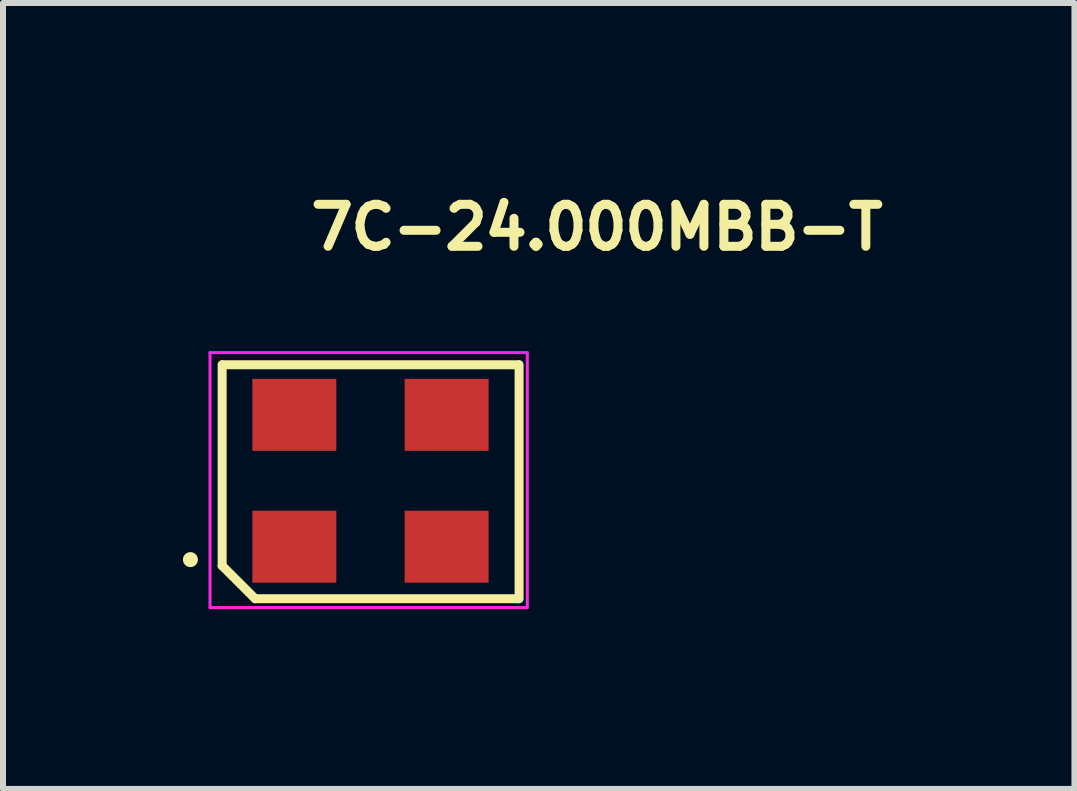
<source format=kicad_pcb>
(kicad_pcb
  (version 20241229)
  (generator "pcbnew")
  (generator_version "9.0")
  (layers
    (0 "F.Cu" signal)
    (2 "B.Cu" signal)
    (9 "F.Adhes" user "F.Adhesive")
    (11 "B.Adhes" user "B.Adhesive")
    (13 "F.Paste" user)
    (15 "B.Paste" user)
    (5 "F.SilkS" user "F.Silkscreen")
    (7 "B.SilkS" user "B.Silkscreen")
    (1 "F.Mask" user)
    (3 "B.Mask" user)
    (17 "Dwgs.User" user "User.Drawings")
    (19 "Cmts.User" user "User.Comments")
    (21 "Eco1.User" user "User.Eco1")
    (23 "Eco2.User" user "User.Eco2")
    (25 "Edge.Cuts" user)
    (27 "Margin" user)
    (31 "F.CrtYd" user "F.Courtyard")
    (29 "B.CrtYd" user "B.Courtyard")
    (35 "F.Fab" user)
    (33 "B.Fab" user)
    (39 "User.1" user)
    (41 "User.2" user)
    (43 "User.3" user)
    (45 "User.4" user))
  (footprint "7C-24.000MBB-T"
    (layer "F.Cu")
    (at 3.122 4.96)
    (property "Reference" "7C-24.000MBB-T" (at -1.067 -3.81 180) (layer "F.SilkS") (effects (font (size 0.7 0.7) (thickness 0.15)) (justify left bottom)))
    (attr smd)
    (fp_line (start -2.468 1.423) (end -2.468 -1.928) (stroke (width 0.15) (type solid)) (layer "F.SilkS"))
    (fp_line (start -2.464 -1.928) (end 2.475 -1.928) (stroke (width 0.15) (type solid)) (layer "F.SilkS"))
    (fp_line (start -1.917 1.973) (end -2.468 1.423) (stroke (width 0.15) (type solid)) (layer "F.SilkS"))
    (fp_line (start 2.475 1.973) (end -1.917 1.973) (stroke (width 0.15) (type solid)) (layer "F.SilkS"))
    (fp_line (start 2.483 -1.928) (end 2.483 1.973) (stroke (width 0.15) (type solid)) (layer "F.SilkS"))
    (fp_circle (center -2.997 1.321) (end -2.947 1.321) (stroke (width 0.15) (type solid)) (fill yes) (layer "F.SilkS"))
    (fp_line (start -2.67 -2.13) (end 2.62 -2.13) (stroke (width 0.05) (type solid)) (layer "F.CrtYd"))
    (fp_line (start -2.67 2.12) (end -2.67 -2.13) (stroke (width 0.05) (type solid)) (layer "F.CrtYd"))
    (fp_line (start 2.62 -2.13) (end 2.62 2.12) (stroke (width 0.05) (type solid)) (layer "F.CrtYd"))
    (fp_line (start 2.62 2.12) (end -2.67 2.12) (stroke (width 0.05) (type solid)) (layer "F.CrtYd"))
    (fp_rect (start -2.5 -1.601) (end 2.499 1.6) (stroke (width 0.1) (type solid)) (fill no) (layer "User.5"))
    (fp_line (start -2.5 -1.351) (end -2.488 -1.351) (stroke (width 0.02) (type solid)) (layer "User.9"))
    (fp_line (start -2.5 1.35) (end -2.5 -1.351) (stroke (width 0.02) (type solid)) (layer "User.9"))
    (fp_line (start -2.488 -1.351) (end -2.476 -1.353) (stroke (width 0.02) (type solid)) (layer "User.9"))
    (fp_line (start -2.488 1.35) (end -2.5 1.35) (stroke (width 0.02) (type solid)) (layer "User.9"))
    (fp_line (start -2.476 -1.353) (end -2.464 -1.353) (stroke (width 0.02) (type solid)) (layer "User.9"))
    (fp_line (start -2.476 1.35) (end -2.488 1.35) (stroke (width 0.02) (type solid)) (layer "User.9"))
    (fp_line (start -2.464 -1.353) (end -2.452 -1.355) (stroke (width 0.02) (type solid)) (layer "User.9"))
    (fp_line (start -2.464 1.352) (end -2.476 1.35) (stroke (width 0.02) (type solid)) (layer "User.9"))
    (fp_line (start -2.452 -1.355) (end -2.44 -1.359) (stroke (width 0.02) (type solid)) (layer "User.9"))
    (fp_line (start -2.452 1.354) (end -2.464 1.352) (stroke (width 0.02) (type solid)) (layer "User.9"))
    (fp_line (start -2.44 -1.359) (end -2.428 -1.361) (stroke (width 0.02) (type solid)) (layer "User.9"))
    (fp_line (start -2.44 1.356) (end -2.452 1.354) (stroke (width 0.02) (type solid)) (layer "User.9"))
    (fp_line (start -2.428 -1.361) (end -2.416 -1.365) (stroke (width 0.02) (type solid)) (layer "User.9"))
    (fp_line (start -2.428 1.36) (end -2.44 1.356) (stroke (width 0.02) (type solid)) (layer "User.9"))
    (fp_line (start -2.416 -1.365) (end -2.406 -1.371) (stroke (width 0.02) (type solid)) (layer "User.9"))
    (fp_line (start -2.416 1.364) (end -2.428 1.36) (stroke (width 0.02) (type solid)) (layer "User.9"))
    (fp_line (start -2.406 -1.371) (end -2.395 -1.375) (stroke (width 0.02) (type solid)) (layer "User.9"))
    (fp_line (start -2.406 1.368) (end -2.416 1.364) (stroke (width 0.02) (type solid)) (layer "User.9"))
    (fp_line (start -2.395 -1.375) (end -2.383 -1.381) (stroke (width 0.02) (type solid)) (layer "User.9"))
    (fp_line (start -2.395 1.374) (end -2.406 1.368) (stroke (width 0.02) (type solid)) (layer "User.9"))
    (fp_line (start -2.383 -1.381) (end -2.372 -1.387) (stroke (width 0.02) (type solid)) (layer "User.9"))
    (fp_line (start -2.383 1.378) (end -2.395 1.374) (stroke (width 0.02) (type solid)) (layer "User.9"))
    (fp_line (start -2.372 -1.387) (end -2.362 -1.393) (stroke (width 0.02) (type solid)) (layer "User.9"))
    (fp_line (start -2.372 1.384) (end -2.383 1.378) (stroke (width 0.02) (type solid)) (layer "User.9"))
    (fp_line (start -2.362 -1.393) (end -2.351 -1.401) (stroke (width 0.02) (type solid)) (layer "User.9"))
    (fp_line (start -2.362 1.392) (end -2.372 1.384) (stroke (width 0.02) (type solid)) (layer "User.9"))
    (fp_line (start -2.351 -1.401) (end -2.343 -1.407) (stroke (width 0.02) (type solid)) (layer "User.9"))
    (fp_line (start -2.351 1.398) (end -2.362 1.392) (stroke (width 0.02) (type solid)) (layer "User.9"))
    (fp_line (start -2.343 -1.407) (end -2.332 -1.416) (stroke (width 0.02) (type solid)) (layer "User.9"))
    (fp_line (start -2.343 1.406) (end -2.351 1.398) (stroke (width 0.02) (type solid)) (layer "User.9"))
    (fp_line (start -2.332 -1.416) (end -2.324 -1.424) (stroke (width 0.02) (type solid)) (layer "User.9"))
    (fp_line (start -2.332 1.413) (end -2.343 1.406) (stroke (width 0.02) (type solid)) (layer "User.9"))
    (fp_line (start -2.324 -1.424) (end -2.315 -1.432) (stroke (width 0.02) (type solid)) (layer "User.9"))
    (fp_line (start -2.324 -1.424) (end -2.25 -1.351) (stroke (width 0.02) (type solid)) (layer "User.9"))
    (fp_line (start -2.324 1.423) (end -2.332 1.413) (stroke (width 0.02) (type solid)) (layer "User.9"))
    (fp_line (start -2.315 -1.432) (end -2.307 -1.442) (stroke (width 0.02) (type solid)) (layer "User.9"))
    (fp_line (start -2.315 1.431) (end -2.324 1.423) (stroke (width 0.02) (type solid)) (layer "User.9"))
    (fp_line (start -2.307 -1.442) (end -2.301 -1.452) (stroke (width 0.02) (type solid)) (layer "User.9"))
    (fp_line (start -2.307 1.441) (end -2.315 1.431) (stroke (width 0.02) (type solid)) (layer "User.9"))
    (fp_line (start -2.301 -1.452) (end -2.294 -1.462) (stroke (width 0.02) (type solid)) (layer "User.9"))
    (fp_line (start -2.301 1.449) (end -2.307 1.441) (stroke (width 0.02) (type solid)) (layer "User.9"))
    (fp_line (start -2.294 -1.462) (end -2.286 -1.472) (stroke (width 0.02) (type solid)) (layer "User.9"))
    (fp_line (start -2.294 1.459) (end -2.301 1.449) (stroke (width 0.02) (type solid)) (layer "User.9"))
    (fp_line (start -2.286 -1.472) (end -2.281 -1.482) (stroke (width 0.02) (type solid)) (layer "User.9"))
    (fp_line (start -2.286 1.471) (end -2.294 1.459) (stroke (width 0.02) (type solid)) (layer "User.9"))
    (fp_line (start -2.281 -1.482) (end -2.275 -1.494) (stroke (width 0.02) (type solid)) (layer "User.9"))
    (fp_line (start -2.281 1.481) (end -2.286 1.471) (stroke (width 0.02) (type solid)) (layer "User.9"))
    (fp_line (start -2.275 -1.494) (end -2.27 -1.506) (stroke (width 0.02) (type solid)) (layer "User.9"))
    (fp_line (start -2.275 1.493) (end -2.281 1.481) (stroke (width 0.02) (type solid)) (layer "User.9"))
    (fp_line (start -2.27 -1.506) (end -2.266 -1.516) (stroke (width 0.02) (type solid)) (layer "User.9"))
    (fp_line (start -2.27 1.503) (end -2.275 1.493) (stroke (width 0.02) (type solid)) (layer "User.9"))
    (fp_line (start -2.266 -1.516) (end -2.262 -1.528) (stroke (width 0.02) (type solid)) (layer "User.9"))
    (fp_line (start -2.266 1.515) (end -2.27 1.503) (stroke (width 0.02) (type solid)) (layer "User.9"))
    (fp_line (start -2.262 -1.528) (end -2.258 -1.541) (stroke (width 0.02) (type solid)) (layer "User.9"))
    (fp_line (start -2.262 1.527) (end -2.266 1.515) (stroke (width 0.02) (type solid)) (layer "User.9"))
    (fp_line (start -2.258 -1.541) (end -2.255 -1.553) (stroke (width 0.02) (type solid)) (layer "User.9"))
    (fp_line (start -2.258 1.538) (end -2.262 1.527) (stroke (width 0.02) (type solid)) (layer "User.9"))
    (fp_line (start -2.255 -1.553) (end -2.254 -1.565) (stroke (width 0.02) (type solid)) (layer "User.9"))
    (fp_line (start -2.255 1.55) (end -2.258 1.538) (stroke (width 0.02) (type solid)) (layer "User.9"))
    (fp_line (start -2.254 -1.565) (end -2.253 -1.577) (stroke (width 0.02) (type solid)) (layer "User.9"))
    (fp_line (start -2.254 1.562) (end -2.255 1.55) (stroke (width 0.02) (type solid)) (layer "User.9"))
    (fp_line (start -2.253 -1.577) (end -2.251 -1.589) (stroke (width 0.02) (type solid)) (layer "User.9"))
    (fp_line (start -2.253 1.574) (end -2.254 1.562) (stroke (width 0.02) (type solid)) (layer "User.9"))
    (fp_line (start -2.251 -1.589) (end -2.25 -1.601) (stroke (width 0.02) (type solid)) (layer "User.9"))
    (fp_line (start -2.251 1.586) (end -2.253 1.574) (stroke (width 0.02) (type solid)) (layer "User.9"))
    (fp_line (start -2.25 -1.601) (end 2.249 -1.601) (stroke (width 0.02) (type solid)) (layer "User.9"))
    (fp_line (start -2.25 -1.351) (end -2.25 1.35) (stroke (width 0.02) (type solid)) (layer "User.9"))
    (fp_line (start -2.25 1.35) (end -2.324 1.423) (stroke (width 0.02) (type solid)) (layer "User.9"))
    (fp_line (start -2.25 1.35) (end 2.249 1.35) (stroke (width 0.02) (type solid)) (layer "User.9"))
    (fp_line (start -2.25 1.6) (end -2.251 1.586) (stroke (width 0.02) (type solid)) (layer "User.9"))
    (fp_line (start 2.249 -1.601) (end 2.249 -1.589) (stroke (width 0.02) (type solid)) (layer "User.9"))
    (fp_line (start 2.249 -1.589) (end 2.25 -1.577) (stroke (width 0.02) (type solid)) (layer "User.9"))
    (fp_line (start 2.249 -1.351) (end -2.25 -1.351) (stroke (width 0.02) (type solid)) (layer "User.9"))
    (fp_line (start 2.249 1.35) (end 2.249 -1.351) (stroke (width 0.02) (type solid)) (layer "User.9"))
    (fp_line (start 2.249 1.35) (end 2.322 1.423) (stroke (width 0.02) (type solid)) (layer "User.9"))
    (fp_line (start 2.249 1.586) (end 2.249 1.6) (stroke (width 0.02) (type solid)) (layer "User.9"))
    (fp_line (start 2.249 1.6) (end -2.25 1.6) (stroke (width 0.02) (type solid)) (layer "User.9"))
    (fp_line (start 2.25 -1.577) (end 2.252 -1.565) (stroke (width 0.02) (type solid)) (layer "User.9"))
    (fp_line (start 2.25 1.574) (end 2.249 1.586) (stroke (width 0.02) (type solid)) (layer "User.9"))
    (fp_line (start 2.252 -1.565) (end 2.253 -1.553) (stroke (width 0.02) (type solid)) (layer "User.9"))
    (fp_line (start 2.252 1.562) (end 2.25 1.574) (stroke (width 0.02) (type solid)) (layer "User.9"))
    (fp_line (start 2.253 -1.553) (end 2.257 -1.541) (stroke (width 0.02) (type solid)) (layer "User.9"))
    (fp_line (start 2.253 1.55) (end 2.252 1.562) (stroke (width 0.02) (type solid)) (layer "User.9"))
    (fp_line (start 2.257 -1.541) (end 2.26 -1.528) (stroke (width 0.02) (type solid)) (layer "User.9"))
    (fp_line (start 2.257 1.538) (end 2.253 1.55) (stroke (width 0.02) (type solid)) (layer "User.9"))
    (fp_line (start 2.26 -1.528) (end 2.264 -1.516) (stroke (width 0.02) (type solid)) (layer "User.9"))
    (fp_line (start 2.26 1.527) (end 2.257 1.538) (stroke (width 0.02) (type solid)) (layer "User.9"))
    (fp_line (start 2.264 -1.516) (end 2.269 -1.506) (stroke (width 0.02) (type solid)) (layer "User.9"))
    (fp_line (start 2.264 1.515) (end 2.26 1.527) (stroke (width 0.02) (type solid)) (layer "User.9"))
    (fp_line (start 2.269 -1.506) (end 2.273 -1.494) (stroke (width 0.02) (type solid)) (layer "User.9"))
    (fp_line (start 2.269 1.503) (end 2.264 1.515) (stroke (width 0.02) (type solid)) (layer "User.9"))
    (fp_line (start 2.273 -1.494) (end 2.278 -1.482) (stroke (width 0.02) (type solid)) (layer "User.9"))
    (fp_line (start 2.273 1.493) (end 2.269 1.503) (stroke (width 0.02) (type solid)) (layer "User.9"))
    (fp_line (start 2.278 -1.482) (end 2.285 -1.472) (stroke (width 0.02) (type solid)) (layer "User.9"))
    (fp_line (start 2.278 1.481) (end 2.273 1.493) (stroke (width 0.02) (type solid)) (layer "User.9"))
    (fp_line (start 2.285 -1.472) (end 2.292 -1.462) (stroke (width 0.02) (type solid)) (layer "User.9"))
    (fp_line (start 2.285 1.471) (end 2.278 1.481) (stroke (width 0.02) (type solid)) (layer "User.9"))
    (fp_line (start 2.292 -1.462) (end 2.298 -1.452) (stroke (width 0.02) (type solid)) (layer "User.9"))
    (fp_line (start 2.292 1.459) (end 2.285 1.471) (stroke (width 0.02) (type solid)) (layer "User.9"))
    (fp_line (start 2.298 -1.452) (end 2.306 -1.442) (stroke (width 0.02) (type solid)) (layer "User.9"))
    (fp_line (start 2.298 1.449) (end 2.292 1.459) (stroke (width 0.02) (type solid)) (layer "User.9"))
    (fp_line (start 2.306 -1.442) (end 2.314 -1.432) (stroke (width 0.02) (type solid)) (layer "User.9"))
    (fp_line (start 2.306 1.441) (end 2.298 1.449) (stroke (width 0.02) (type solid)) (layer "User.9"))
    (fp_line (start 2.314 -1.432) (end 2.322 -1.424) (stroke (width 0.02) (type solid)) (layer "User.9"))
    (fp_line (start 2.314 1.431) (end 2.306 1.441) (stroke (width 0.02) (type solid)) (layer "User.9"))
    (fp_line (start 2.322 -1.424) (end 2.249 -1.351) (stroke (width 0.02) (type solid)) (layer "User.9"))
    (fp_line (start 2.322 -1.424) (end 2.33 -1.416) (stroke (width 0.02) (type solid)) (layer "User.9"))
    (fp_line (start 2.322 1.423) (end 2.314 1.431) (stroke (width 0.02) (type solid)) (layer "User.9"))
    (fp_line (start 2.33 -1.416) (end 2.341 -1.407) (stroke (width 0.02) (type solid)) (layer "User.9"))
    (fp_line (start 2.33 1.413) (end 2.322 1.423) (stroke (width 0.02) (type solid)) (layer "User.9"))
    (fp_line (start 2.341 -1.407) (end 2.35 -1.401) (stroke (width 0.02) (type solid)) (layer "User.9"))
    (fp_line (start 2.341 1.406) (end 2.33 1.413) (stroke (width 0.02) (type solid)) (layer "User.9"))
    (fp_line (start 2.35 -1.401) (end 2.359 -1.393) (stroke (width 0.02) (type solid)) (layer "User.9"))
    (fp_line (start 2.35 1.398) (end 2.341 1.406) (stroke (width 0.02) (type solid)) (layer "User.9"))
    (fp_line (start 2.359 -1.393) (end 2.37 -1.387) (stroke (width 0.02) (type solid)) (layer "User.9"))
    (fp_line (start 2.359 1.392) (end 2.35 1.398) (stroke (width 0.02) (type solid)) (layer "User.9"))
    (fp_line (start 2.37 -1.387) (end 2.381 -1.381) (stroke (width 0.02) (type solid)) (layer "User.9"))
    (fp_line (start 2.37 1.384) (end 2.359 1.392) (stroke (width 0.02) (type solid)) (layer "User.9"))
    (fp_line (start 2.381 -1.381) (end 2.393 -1.375) (stroke (width 0.02) (type solid)) (layer "User.9"))
    (fp_line (start 2.381 1.378) (end 2.37 1.384) (stroke (width 0.02) (type solid)) (layer "User.9"))
    (fp_line (start 2.393 -1.375) (end 2.403 -1.371) (stroke (width 0.02) (type solid)) (layer "User.9"))
    (fp_line (start 2.393 1.374) (end 2.381 1.378) (stroke (width 0.02) (type solid)) (layer "User.9"))
    (fp_line (start 2.403 -1.371) (end 2.414 -1.365) (stroke (width 0.02) (type solid)) (layer "User.9"))
    (fp_line (start 2.403 1.368) (end 2.393 1.374) (stroke (width 0.02) (type solid)) (layer "User.9"))
    (fp_line (start 2.414 -1.365) (end 2.426 -1.361) (stroke (width 0.02) (type solid)) (layer "User.9"))
    (fp_line (start 2.414 1.364) (end 2.403 1.368) (stroke (width 0.02) (type solid)) (layer "User.9"))
    (fp_line (start 2.426 -1.361) (end 2.439 -1.359) (stroke (width 0.02) (type solid)) (layer "User.9"))
    (fp_line (start 2.426 1.36) (end 2.414 1.364) (stroke (width 0.02) (type solid)) (layer "User.9"))
    (fp_line (start 2.439 -1.359) (end 2.451 -1.355) (stroke (width 0.02) (type solid)) (layer "User.9"))
    (fp_line (start 2.439 1.356) (end 2.426 1.36) (stroke (width 0.02) (type solid)) (layer "User.9"))
    (fp_line (start 2.451 -1.355) (end 2.463 -1.353) (stroke (width 0.02) (type solid)) (layer "User.9"))
    (fp_line (start 2.451 1.354) (end 2.439 1.356) (stroke (width 0.02) (type solid)) (layer "User.9"))
    (fp_line (start 2.463 -1.353) (end 2.475 -1.353) (stroke (width 0.02) (type solid)) (layer "User.9"))
    (fp_line (start 2.463 1.352) (end 2.451 1.354) (stroke (width 0.02) (type solid)) (layer "User.9"))
    (fp_line (start 2.475 -1.353) (end 2.487 -1.351) (stroke (width 0.02) (type solid)) (layer "User.9"))
    (fp_line (start 2.475 1.35) (end 2.463 1.352) (stroke (width 0.02) (type solid)) (layer "User.9"))
    (fp_line (start 2.487 -1.351) (end 2.499 -1.351) (stroke (width 0.02) (type solid)) (layer "User.9"))
    (fp_line (start 2.487 1.35) (end 2.475 1.35) (stroke (width 0.02) (type solid)) (layer "User.9"))
    (fp_line (start 2.499 -1.351) (end 2.499 1.35) (stroke (width 0.02) (type solid)) (layer "User.9"))
    (fp_line (start 2.499 1.35) (end 2.487 1.35) (stroke (width 0.02) (type solid)) (layer "User.9"))
    (pad "1" smd rect (at -1.264 1.106) (size 1.4 1.2) (layers "F.Cu" "F.Mask" "F.Paste"))
    (pad "2" smd rect (at 1.275 1.106) (size 1.4 1.2) (layers "F.Cu" "F.Mask" "F.Paste"))
    (pad "3" smd rect (at 1.275 -1.093) (size 1.4 1.2) (layers "F.Cu" "F.Mask" "F.Paste"))
    (pad "4" smd rect (at -1.264 -1.093) (size 1.4 1.2) (layers "F.Cu" "F.Mask" "F.Paste")))
  (gr_rect
    (start -3 -3)
    (end 14.865 10.105)
    (stroke (width 0.1) (type default))
    (fill no)
    (layer "Edge.Cuts")))
</source>
